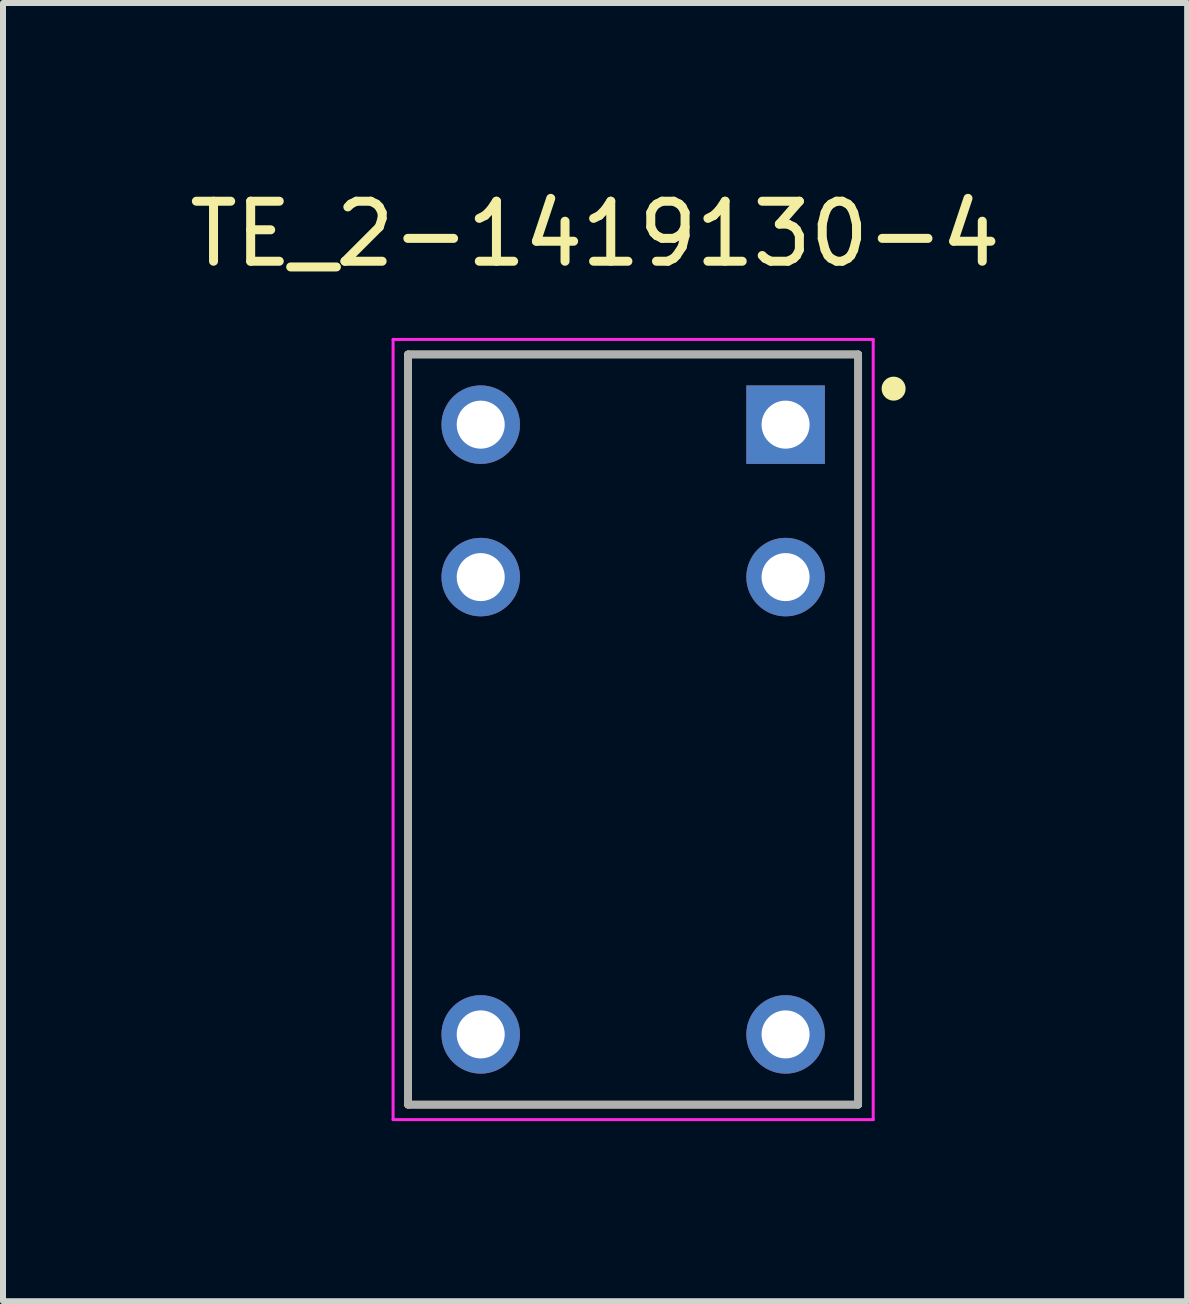
<source format=kicad_pcb>
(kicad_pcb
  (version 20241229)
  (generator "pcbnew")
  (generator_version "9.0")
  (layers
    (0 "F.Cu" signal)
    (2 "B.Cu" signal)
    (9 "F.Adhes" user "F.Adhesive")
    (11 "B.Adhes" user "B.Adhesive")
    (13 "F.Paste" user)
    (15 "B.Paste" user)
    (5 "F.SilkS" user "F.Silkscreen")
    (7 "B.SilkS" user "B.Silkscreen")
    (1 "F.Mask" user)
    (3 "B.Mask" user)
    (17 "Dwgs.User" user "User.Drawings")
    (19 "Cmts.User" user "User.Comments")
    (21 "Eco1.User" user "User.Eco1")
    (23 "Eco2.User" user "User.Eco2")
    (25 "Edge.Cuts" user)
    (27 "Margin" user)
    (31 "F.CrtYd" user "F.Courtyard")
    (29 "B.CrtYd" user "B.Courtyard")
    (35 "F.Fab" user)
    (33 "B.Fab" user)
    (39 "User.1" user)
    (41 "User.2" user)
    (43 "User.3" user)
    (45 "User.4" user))
  (footprint "TE_2-1419130-4"
    (layer "F.Cu")
    (at 7.5 9.106)
    (property "Reference" "TE_2-1419130-4" (at -0.635 -8.258 0) (layer "F.SilkS") (effects (font (size 1 1) (thickness 0.15))))
    (attr through_hole)
    (fp_line (start -3.75 -6.25) (end -3.75 6.25) (stroke (width 0.127) (type solid)) (layer "F.SilkS"))
    (fp_line (start -3.75 6.25) (end 3.75 6.25) (stroke (width 0.127) (type solid)) (layer "F.SilkS"))
    (fp_line (start 3.75 -6.25) (end -3.75 -6.25) (stroke (width 0.127) (type solid)) (layer "F.SilkS"))
    (fp_line (start 3.75 6.25) (end 3.75 -6.25) (stroke (width 0.127) (type solid)) (layer "F.SilkS"))
    (fp_circle (center 4.34 -5.68) (end 4.44 -5.68) (stroke (width 0.2) (type solid)) (fill no) (layer "F.SilkS"))
    (fp_line (start -4 -6.5) (end -4 6.5) (stroke (width 0.05) (type solid)) (layer "F.CrtYd"))
    (fp_line (start -4 -6.5) (end 4 -6.5) (stroke (width 0.05) (type solid)) (layer "F.CrtYd"))
    (fp_line (start 4 -6.5) (end 4 6.5) (stroke (width 0.05) (type solid)) (layer "F.CrtYd"))
    (fp_line (start 4 6.5) (end -4 6.5) (stroke (width 0.05) (type solid)) (layer "F.CrtYd"))
    (fp_line (start -3.75 -6.25) (end -3.75 6.25) (stroke (width 0.127) (type solid)) (layer "F.Fab"))
    (fp_line (start -3.75 6.25) (end 3.75 6.25) (stroke (width 0.127) (type solid)) (layer "F.Fab"))
    (fp_line (start 3.75 -6.25) (end -3.75 -6.25) (stroke (width 0.127) (type solid)) (layer "F.Fab"))
    (fp_line (start 3.75 6.25) (end 3.75 -6.25) (stroke (width 0.127) (type solid)) (layer "F.Fab"))
    (pad "1" thru_hole rect (at 2.54 -5.08) (size 1.308 1.308) (drill 0.8) (layers "*.Cu" "*.Mask"))
    (pad "2" thru_hole circle (at 2.54 -2.54) (size 1.308 1.308) (drill 0.8) (layers "*.Cu" "*.Mask"))
    (pad "3" thru_hole circle (at 2.54 5.08) (size 1.308 1.308) (drill 0.8) (layers "*.Cu" "*.Mask"))
    (pad "4" thru_hole circle (at -2.54 5.08) (size 1.308 1.308) (drill 0.8) (layers "*.Cu" "*.Mask"))
    (pad "5" thru_hole circle (at -2.54 -2.54) (size 1.308 1.308) (drill 0.8) (layers "*.Cu" "*.Mask"))
    (pad "6" thru_hole circle (at -2.54 -5.08) (size 1.308 1.308) (drill 0.8) (layers "*.Cu" "*.Mask")))
  (gr_rect
    (start -3 -3)
    (end 16.731 18.631)
    (stroke (width 0.1) (type default))
    (fill no)
    (layer "Edge.Cuts")))
</source>
